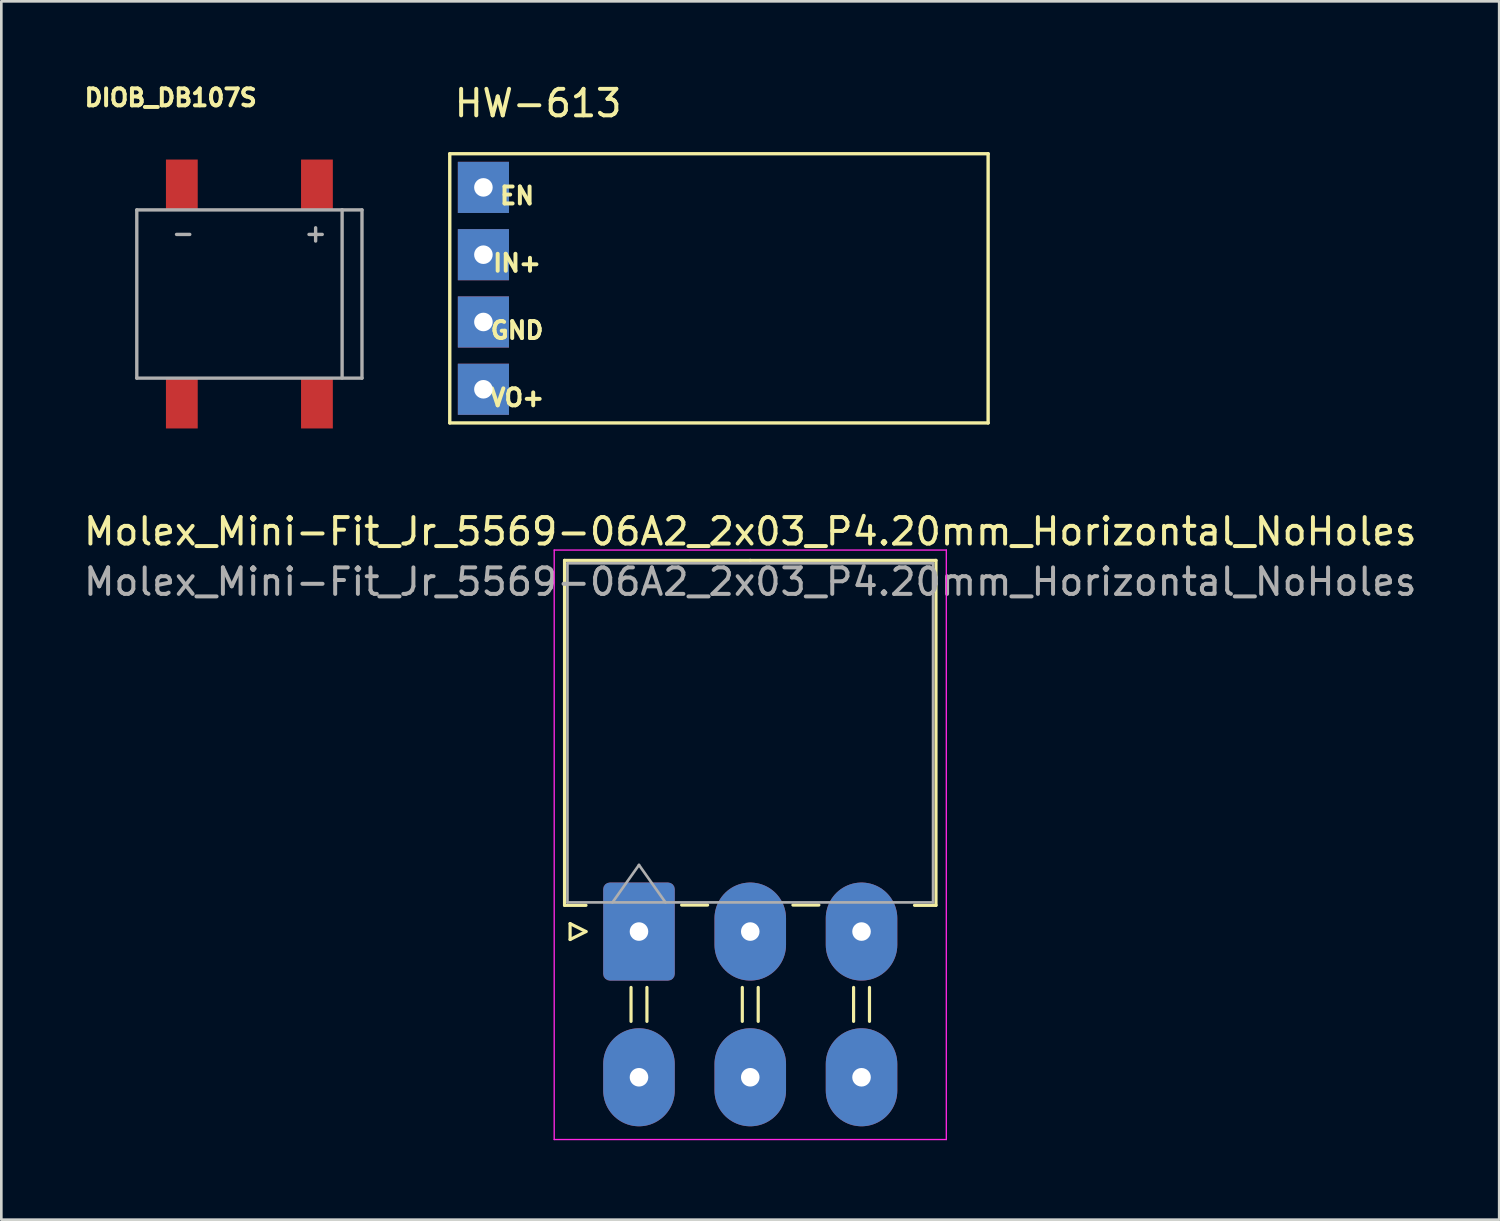
<source format=kicad_pcb>
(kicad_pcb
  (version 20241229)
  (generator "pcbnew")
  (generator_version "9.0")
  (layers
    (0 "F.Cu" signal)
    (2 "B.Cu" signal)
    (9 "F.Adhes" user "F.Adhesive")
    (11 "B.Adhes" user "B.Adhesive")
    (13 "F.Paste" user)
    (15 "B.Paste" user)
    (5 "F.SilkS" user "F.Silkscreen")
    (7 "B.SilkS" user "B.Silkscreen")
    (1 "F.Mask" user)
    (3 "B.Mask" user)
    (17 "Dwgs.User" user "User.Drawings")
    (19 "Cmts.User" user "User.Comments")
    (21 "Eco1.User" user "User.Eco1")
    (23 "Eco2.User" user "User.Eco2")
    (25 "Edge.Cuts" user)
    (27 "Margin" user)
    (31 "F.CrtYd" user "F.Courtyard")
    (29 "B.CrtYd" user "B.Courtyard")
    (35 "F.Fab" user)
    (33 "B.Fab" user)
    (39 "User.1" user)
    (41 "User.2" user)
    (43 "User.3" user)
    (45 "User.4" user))
  (footprint "DIOB_DB107S"
    (layer "F.Cu")
    (at 6.363 8.048)
    (property "Reference" "DIOB_DB107S" (at -2.97 -7.41 0) (layer "F.SilkS") (effects (font (size 0.64 0.64) (thickness 0.15))))
    (attr smd)
    (fp_line (start -4.25 -3.176) (end -4.25 3.174) (stroke (width 0.127) (type solid)) (layer "F.Fab"))
    (fp_line (start -4.25 3.174) (end 4.25 3.174) (stroke (width 0.127) (type solid)) (layer "F.Fab"))
    (fp_line (start -2.75 -2.25) (end -2.25 -2.25) (stroke (width 0.127) (type solid)) (layer "F.Fab"))
    (fp_line (start 2.25 -2.25) (end 2.75 -2.25) (stroke (width 0.127) (type solid)) (layer "F.Fab"))
    (fp_line (start 2.5 -2.5) (end 2.5 -2) (stroke (width 0.127) (type solid)) (layer "F.Fab"))
    (fp_line (start 3.5 -3.176) (end -4.25 -3.176) (stroke (width 0.127) (type solid)) (layer "F.Fab"))
    (fp_line (start 3.5 -3.176) (end 3.5 3.17) (stroke (width 0.127) (type solid)) (layer "F.Fab"))
    (fp_line (start 4.25 -3.176) (end 3.5 -3.176) (stroke (width 0.127) (type solid)) (layer "F.Fab"))
    (fp_line (start 4.25 3.174) (end 4.25 -3.176) (stroke (width 0.127) (type solid)) (layer "F.Fab"))
    (pad "+" smd rect (at 2.55 -4.126) (size 1.2 1.9) (layers "F.Cu" "F.Mask" "F.Paste"))
    (pad "-" smd rect (at -2.55 -4.126) (size 1.2 1.9) (layers "F.Cu" "F.Mask" "F.Paste"))
    (pad "AC1" smd rect (at 2.55 4.124) (size 1.2 1.9) (layers "F.Cu" "F.Mask" "F.Paste"))
    (pad "AC2" smd rect (at -2.55 4.124) (size 1.2 1.9) (layers "F.Cu" "F.Mask" "F.Paste")))
  (footprint "HW-613"
    (layer "F.Cu")
    (at 13.926 12.913)
    (property "Reference" "HW-613" (at 3.334 -12.065 0) (layer "F.SilkS") (effects (font (size 1 1) (thickness 0.15))))
    (attr through_hole)
    (fp_line (start 0 -10.16) (end 20.32 -10.16) (stroke (width 0.127) (type solid)) (layer "F.SilkS"))
    (fp_line (start 0 0) (end 0 -10.16) (stroke (width 0.127) (type solid)) (layer "F.SilkS"))
    (fp_line (start 20.32 -10.16) (end 20.32 0) (stroke (width 0.127) (type solid)) (layer "F.SilkS"))
    (fp_line (start 20.32 0) (end 0 0) (stroke (width 0.127) (type solid)) (layer "F.SilkS"))
    (fp_text user "VO+" (at 2.54 -0.953 0) (layer "F.SilkS") (effects (font (size 0.64 0.64) (thickness 0.15))))
    (fp_text user "EN" (at 2.54 -8.572 0) (layer "F.SilkS") (effects (font (size 0.64 0.64) (thickness 0.15))))
    (fp_text user "GND" (at 2.54 -3.493 0) (layer "F.SilkS") (effects (font (size 0.64 0.64) (thickness 0.15))))
    (fp_text user "IN+" (at 2.54 -6.032 0) (layer "F.SilkS") (effects (font (size 0.64 0.64) (thickness 0.15))))
    (pad "EN" thru_hole rect (at 1.27 -8.89) (size 1.93 1.93) (drill 0.7) (layers "*.Cu" "*.Mask"))
    (pad "GND" thru_hole rect (at 1.27 -3.81) (size 1.93 1.93) (drill 0.7) (layers "*.Cu" "*.Mask"))
    (pad "IN+" thru_hole rect (at 1.27 -6.35) (size 1.93 1.93) (drill 0.7) (layers "*.Cu" "*.Mask"))
    (pad "VO+" thru_hole rect (at 1.27 -1.27) (size 1.93 1.93) (drill 0.7) (layers "*.Cu" "*.Mask")))
  (footprint "Molex_Mini-Fit_Jr_5569-06A2_2x03_P4.20mm_Horizontal_NoHoles"
    (layer "F.Cu")
    (at 21.068 32.111)
    (property "Reference" "Molex_Mini-Fit_Jr_5569-06A2_2x03_P4.20mm_Horizontal_NoHoles" (at 4.2 -15.1 180) (layer "F.SilkS") (effects (font (size 1 1) (thickness 0.15))))
    (attr through_hole)
    (fp_line (start -2.81 -14.01) (end 4.2 -14.01) (stroke (width 0.12) (type solid)) (layer "F.SilkS"))
    (fp_line (start -2.81 -0.99) (end -2.81 -14.01) (stroke (width 0.12) (type solid)) (layer "F.SilkS"))
    (fp_line (start -2.6 -0.3) (end -2 0) (stroke (width 0.12) (type solid)) (layer "F.SilkS"))
    (fp_line (start -2.6 0.3) (end -2.6 -0.3) (stroke (width 0.12) (type solid)) (layer "F.SilkS"))
    (fp_line (start -2 -0.99) (end -2.81 -0.99) (stroke (width 0.12) (type solid)) (layer "F.SilkS"))
    (fp_line (start -2 0) (end -2.6 0.3) (stroke (width 0.12) (type solid)) (layer "F.SilkS"))
    (fp_line (start -0.3 2.11) (end -0.3 3.39) (stroke (width 0.12) (type solid)) (layer "F.SilkS"))
    (fp_line (start 0.3 2.11) (end 0.3 3.39) (stroke (width 0.12) (type solid)) (layer "F.SilkS"))
    (fp_line (start 1.61 -1) (end 2.59 -1) (stroke (width 0.12) (type solid)) (layer "F.SilkS"))
    (fp_line (start 3.9 2.11) (end 3.9 3.39) (stroke (width 0.12) (type solid)) (layer "F.SilkS"))
    (fp_line (start 4.5 2.11) (end 4.5 3.39) (stroke (width 0.12) (type solid)) (layer "F.SilkS"))
    (fp_line (start 5.81 -1) (end 6.79 -1) (stroke (width 0.12) (type solid)) (layer "F.SilkS"))
    (fp_line (start 8.1 2.11) (end 8.1 3.39) (stroke (width 0.12) (type solid)) (layer "F.SilkS"))
    (fp_line (start 8.7 2.11) (end 8.7 3.39) (stroke (width 0.12) (type solid)) (layer "F.SilkS"))
    (fp_line (start 10.4 -0.99) (end 11.21 -0.99) (stroke (width 0.12) (type solid)) (layer "F.SilkS"))
    (fp_line (start 11.21 -14.01) (end 4.2 -14.01) (stroke (width 0.12) (type solid)) (layer "F.SilkS"))
    (fp_line (start 11.21 -0.99) (end 11.21 -14.01) (stroke (width 0.12) (type solid)) (layer "F.SilkS"))
    (fp_line (start -3.2 -14.4) (end -3.2 7.85) (stroke (width 0.05) (type solid)) (layer "F.CrtYd"))
    (fp_line (start -3.2 7.85) (end 11.6 7.85) (stroke (width 0.05) (type solid)) (layer "F.CrtYd"))
    (fp_line (start 11.6 -14.4) (end -3.2 -14.4) (stroke (width 0.05) (type solid)) (layer "F.CrtYd"))
    (fp_line (start 11.6 7.85) (end 11.6 -14.4) (stroke (width 0.05) (type solid)) (layer "F.CrtYd"))
    (fp_line (start -2.7 -13.9) (end -2.7 -1.1) (stroke (width 0.1) (type solid)) (layer "F.Fab"))
    (fp_line (start -2.7 -1.1) (end 11.1 -1.1) (stroke (width 0.1) (type solid)) (layer "F.Fab"))
    (fp_line (start -1 -1.1) (end 0 -2.514) (stroke (width 0.1) (type solid)) (layer "F.Fab"))
    (fp_line (start 0 -2.514) (end 1 -1.1) (stroke (width 0.1) (type solid)) (layer "F.Fab"))
    (fp_line (start 11.1 -13.9) (end -2.7 -13.9) (stroke (width 0.1) (type solid)) (layer "F.Fab"))
    (fp_line (start 11.1 -1.1) (end 11.1 -13.9) (stroke (width 0.1) (type solid)) (layer "F.Fab"))
    (fp_text user "${REFERENCE}" (at 4.2 -13.2 180) (layer "F.Fab") (effects (font (size 1 1) (thickness 0.15))))
    (pad "1" thru_hole roundrect (at 0 0) (size 2.7 3.7) (drill 0.7) (layers "*.Cu" "*.Mask") (roundrect_rratio 0.093))
    (pad "2" thru_hole oval (at 4.2 0) (size 2.7 3.7) (drill 0.7) (layers "*.Cu" "*.Mask"))
    (pad "3" thru_hole oval (at 8.4 0) (size 2.7 3.7) (drill 0.7) (layers "*.Cu" "*.Mask"))
    (pad "4" thru_hole oval (at 0 5.5) (size 2.7 3.7) (drill 0.7) (layers "*.Cu" "*.Mask"))
    (pad "5" thru_hole oval (at 4.2 5.5) (size 2.7 3.7) (drill 0.7) (layers "*.Cu" "*.Mask"))
    (pad "6" thru_hole oval (at 8.4 5.5) (size 2.7 3.7) (drill 0.7) (layers "*.Cu" "*.Mask")))
  (gr_rect
    (start -3 -3)
    (end 53.536 42.986)
    (stroke (width 0.1) (type default))
    (fill no)
    (layer "Edge.Cuts")))
</source>
